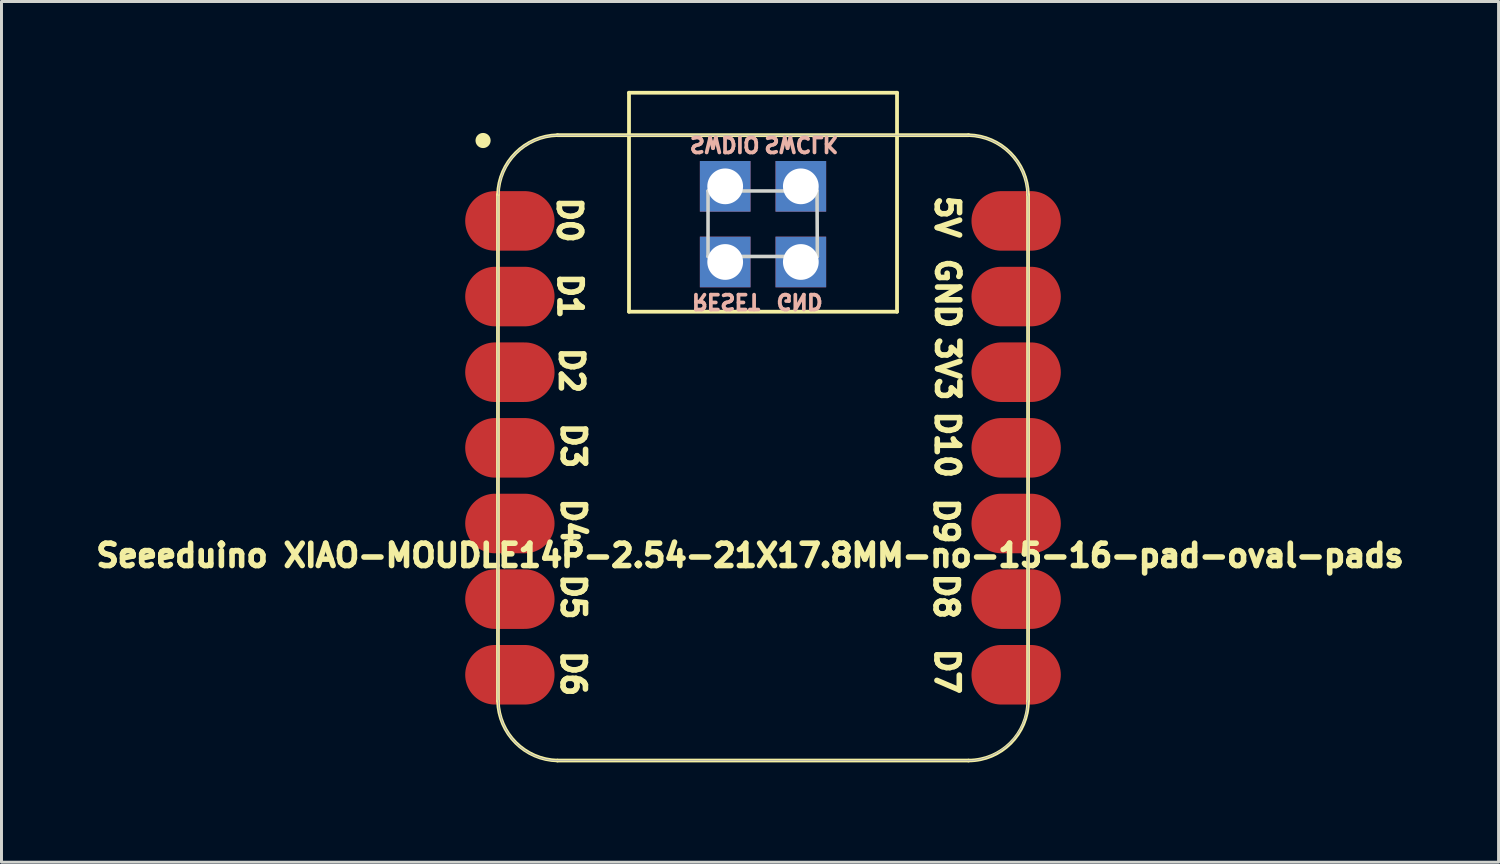
<source format=kicad_pcb>
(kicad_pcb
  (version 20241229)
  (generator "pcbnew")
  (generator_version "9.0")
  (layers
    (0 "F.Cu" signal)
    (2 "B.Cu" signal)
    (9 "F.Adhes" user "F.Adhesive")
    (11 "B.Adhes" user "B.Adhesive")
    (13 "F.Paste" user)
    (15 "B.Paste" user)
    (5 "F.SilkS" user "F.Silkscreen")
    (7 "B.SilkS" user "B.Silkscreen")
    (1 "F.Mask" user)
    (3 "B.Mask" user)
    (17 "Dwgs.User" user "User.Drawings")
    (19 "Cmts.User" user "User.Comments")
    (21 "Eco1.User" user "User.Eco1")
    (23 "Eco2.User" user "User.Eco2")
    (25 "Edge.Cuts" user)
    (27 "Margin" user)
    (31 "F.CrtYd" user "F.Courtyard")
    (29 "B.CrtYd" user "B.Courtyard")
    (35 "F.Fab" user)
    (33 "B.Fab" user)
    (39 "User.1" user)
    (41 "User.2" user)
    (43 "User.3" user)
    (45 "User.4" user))
  (footprint "Seeeduino XIAO-MOUDLE14P-2.54-21X17.8MM-no-15-16-pad-oval-pads"
    (layer "F.Cu")
    (at 13.485 22.652)
    (property "Reference" "Seeeduino XIAO-MOUDLE14P-2.54-21X17.8MM-no-15-16-pad-oval-pads" (at 8.65 -7.05 0) (layer "F.SilkS") (effects (font (size 0.75 0.75) (thickness 0.188))))
    (attr smd)
    (fp_line (start 0.186 -19.164) (end 0.186 -2.164) (stroke (width 0.127) (type solid)) (layer "F.SilkS"))
    (fp_line (start 2.186 -0.164) (end 15.986 -0.164) (stroke (width 0.127) (type solid)) (layer "F.SilkS"))
    (fp_line (start 4.586 -22.588) (end 13.586 -22.588) (stroke (width 0.127) (type solid)) (layer "F.SilkS"))
    (fp_line (start 4.586 -15.235) (end 4.586 -22.588) (stroke (width 0.127) (type solid)) (layer "F.SilkS"))
    (fp_line (start 13.586 -22.588) (end 13.586 -15.235) (stroke (width 0.127) (type solid)) (layer "F.SilkS"))
    (fp_line (start 13.586 -15.235) (end 4.586 -15.235) (stroke (width 0.127) (type solid)) (layer "F.SilkS"))
    (fp_line (start 15.986 -21.163) (end 2.186 -21.163) (stroke (width 0.127) (type solid)) (layer "F.SilkS"))
    (fp_line (start 17.986 -2.164) (end 17.986 -19.164) (stroke (width 0.127) (type solid)) (layer "F.SilkS"))
    (fp_arc (start 0.185786 -19.164214) (mid 0.784295 -20.565705) (end 2.185786 -21.164214) (stroke (width 0.12) (type solid)) (layer "F.SilkS"))
    (fp_arc (start 2.185786 -0.164214) (mid 0.784363 -0.762791) (end 0.185786 -2.164214) (stroke (width 0.12) (type solid)) (layer "F.SilkS"))
    (fp_arc (start 15.985786 -21.164214) (mid 17.38727 -20.565698) (end 17.985786 -19.164214) (stroke (width 0.12) (type solid)) (layer "F.SilkS"))
    (fp_arc (start 17.985786 -2.164214) (mid 17.400004 -0.749996) (end 15.985786 -0.164214) (stroke (width 0.12) (type solid)) (layer "F.SilkS"))
    (fp_circle (center -0.314 -20.984) (end -0.314 -21.238) (stroke (width 0) (type solid)) (fill yes) (layer "F.SilkS"))
    (fp_poly (pts (xy 0.198 -19.226) (xy 0.201 -19.275) (xy 0.205 -19.324)) (stroke (width 0.025) (type solid)) (fill no) (layer "F.SilkS"))
    (fp_poly (pts (xy 17.975 -2.143) (xy 17.973 -2.093) (xy 17.97 -2.045) (xy 17.966 -1.996) (xy 17.961 -1.947) (xy 17.954 -1.898) (xy 17.947 -1.85) (xy 17.938 -1.801) (xy 17.928 -1.753)) (stroke (width 0.025) (type solid)) (fill no) (layer "F.SilkS"))
    (fp_line (start 7.24 -17.09) (end 7.24 -19.29) (stroke (width 0.12) (type default)) (layer "Edge.Cuts"))
    (fp_line (start 7.24 -17.09) (end 10.91 -17.09) (stroke (width 0.12) (type default)) (layer "Edge.Cuts"))
    (fp_line (start 10.9 -19.29) (end 7.24 -19.29) (stroke (width 0.12) (type default)) (layer "Edge.Cuts"))
    (fp_line (start 10.91 -17.09) (end 10.9 -19.29) (stroke (width 0.12) (type default)) (layer "Edge.Cuts"))
    (fp_line (start 0.186 -19.128) (end 0.186 -2.192) (stroke (width 0.025) (type solid)) (layer "F.Fab"))
    (fp_line (start 0.196 -2.192) (end 0.196 -2.143) (stroke (width 0.025) (type solid)) (layer "F.Fab"))
    (fp_line (start 0.196 -2.143) (end 0.198 -2.093) (stroke (width 0.025) (type solid)) (layer "F.Fab"))
    (fp_line (start 0.198 -19.226) (end 0.196 -19.177) (stroke (width 0.025) (type solid)) (layer "F.Fab"))
    (fp_line (start 0.198 -2.093) (end 0.201 -2.045) (stroke (width 0.025) (type solid)) (layer "F.Fab"))
    (fp_line (start 0.201 -19.275) (end 0.198 -19.226) (stroke (width 0.025) (type solid)) (layer "F.Fab"))
    (fp_line (start 0.201 -2.045) (end 0.205 -1.996) (stroke (width 0.025) (type solid)) (layer "F.Fab"))
    (fp_line (start 0.205 -19.324) (end 0.201 -19.275) (stroke (width 0.025) (type solid)) (layer "F.Fab"))
    (fp_line (start 0.205 -1.996) (end 0.211 -1.947) (stroke (width 0.025) (type solid)) (layer "F.Fab"))
    (fp_line (start 0.211 -19.372) (end 0.205 -19.324) (stroke (width 0.025) (type solid)) (layer "F.Fab"))
    (fp_line (start 0.211 -1.947) (end 0.217 -1.898) (stroke (width 0.025) (type solid)) (layer "F.Fab"))
    (fp_line (start 0.217 -19.421) (end 0.211 -19.372) (stroke (width 0.025) (type solid)) (layer "F.Fab"))
    (fp_line (start 0.217 -1.898) (end 0.225 -1.85) (stroke (width 0.025) (type solid)) (layer "F.Fab"))
    (fp_line (start 0.225 -19.47) (end 0.217 -19.421) (stroke (width 0.025) (type solid)) (layer "F.Fab"))
    (fp_line (start 0.225 -1.85) (end 0.234 -1.801) (stroke (width 0.025) (type solid)) (layer "F.Fab"))
    (fp_line (start 0.234 -19.518) (end 0.225 -19.47) (stroke (width 0.025) (type solid)) (layer "F.Fab"))
    (fp_line (start 0.234 -1.801) (end 0.244 -1.753) (stroke (width 0.025) (type solid)) (layer "F.Fab"))
    (fp_line (start 0.244 -19.566) (end 0.234 -19.518) (stroke (width 0.025) (type solid)) (layer "F.Fab"))
    (fp_line (start 0.244 -1.753) (end 0.255 -1.705) (stroke (width 0.025) (type solid)) (layer "F.Fab"))
    (fp_line (start 0.255 -19.614) (end 0.244 -19.566) (stroke (width 0.025) (type solid)) (layer "F.Fab"))
    (fp_line (start 0.255 -1.705) (end 0.267 -1.658) (stroke (width 0.025) (type solid)) (layer "F.Fab"))
    (fp_line (start 0.267 -19.662) (end 0.255 -19.614) (stroke (width 0.025) (type solid)) (layer "F.Fab"))
    (fp_line (start 0.267 -1.658) (end 0.281 -1.611) (stroke (width 0.025) (type solid)) (layer "F.Fab"))
    (fp_line (start 0.281 -19.709) (end 0.267 -19.662) (stroke (width 0.025) (type solid)) (layer "F.Fab"))
    (fp_line (start 0.281 -1.611) (end 0.295 -1.564) (stroke (width 0.025) (type solid)) (layer "F.Fab"))
    (fp_line (start 0.295 -19.756) (end 0.281 -19.709) (stroke (width 0.025) (type solid)) (layer "F.Fab"))
    (fp_line (start 0.295 -1.564) (end 0.311 -1.517) (stroke (width 0.025) (type solid)) (layer "F.Fab"))
    (fp_line (start 0.311 -19.802) (end 0.295 -19.756) (stroke (width 0.025) (type solid)) (layer "F.Fab"))
    (fp_line (start 0.311 -1.517) (end 0.328 -1.471) (stroke (width 0.025) (type solid)) (layer "F.Fab"))
    (fp_line (start 0.328 -19.848) (end 0.311 -19.802) (stroke (width 0.025) (type solid)) (layer "F.Fab"))
    (fp_line (start 0.328 -1.471) (end 0.346 -1.425) (stroke (width 0.025) (type solid)) (layer "F.Fab"))
    (fp_line (start 0.346 -19.894) (end 0.328 -19.848) (stroke (width 0.025) (type solid)) (layer "F.Fab"))
    (fp_line (start 0.346 -1.425) (end 0.365 -1.38) (stroke (width 0.025) (type solid)) (layer "F.Fab"))
    (fp_line (start 0.365 -19.939) (end 0.346 -19.894) (stroke (width 0.025) (type solid)) (layer "F.Fab"))
    (fp_line (start 0.365 -1.38) (end 0.385 -1.335) (stroke (width 0.025) (type solid)) (layer "F.Fab"))
    (fp_line (start 0.385 -19.984) (end 0.365 -19.939) (stroke (width 0.025) (type solid)) (layer "F.Fab"))
    (fp_line (start 0.385 -1.335) (end 0.406 -1.291) (stroke (width 0.025) (type solid)) (layer "F.Fab"))
    (fp_line (start 0.406 -20.028) (end 0.385 -19.984) (stroke (width 0.025) (type solid)) (layer "F.Fab"))
    (fp_line (start 0.406 -1.291) (end 0.428 -1.247) (stroke (width 0.025) (type solid)) (layer "F.Fab"))
    (fp_line (start 0.428 -20.072) (end 0.406 -20.028) (stroke (width 0.025) (type solid)) (layer "F.Fab"))
    (fp_line (start 0.428 -1.247) (end 0.452 -1.204) (stroke (width 0.025) (type solid)) (layer "F.Fab"))
    (fp_line (start 0.452 -20.115) (end 0.428 -20.072) (stroke (width 0.025) (type solid)) (layer "F.Fab"))
    (fp_line (start 0.452 -1.204) (end 0.476 -1.161) (stroke (width 0.025) (type solid)) (layer "F.Fab"))
    (fp_line (start 0.476 -20.158) (end 0.452 -20.115) (stroke (width 0.025) (type solid)) (layer "F.Fab"))
    (fp_line (start 0.476 -1.161) (end 0.502 -1.12) (stroke (width 0.025) (type solid)) (layer "F.Fab"))
    (fp_line (start 0.502 -20.2) (end 0.476 -20.158) (stroke (width 0.025) (type solid)) (layer "F.Fab"))
    (fp_line (start 0.502 -1.12) (end 0.528 -1.078) (stroke (width 0.025) (type solid)) (layer "F.Fab"))
    (fp_line (start 0.528 -20.241) (end 0.502 -20.2) (stroke (width 0.025) (type solid)) (layer "F.Fab"))
    (fp_line (start 0.528 -1.078) (end 0.555 -1.037) (stroke (width 0.025) (type solid)) (layer "F.Fab"))
    (fp_line (start 0.555 -20.282) (end 0.528 -20.241) (stroke (width 0.025) (type solid)) (layer "F.Fab"))
    (fp_line (start 0.555 -1.037) (end 0.584 -0.997) (stroke (width 0.025) (type solid)) (layer "F.Fab"))
    (fp_line (start 0.584 -20.322) (end 0.555 -20.282) (stroke (width 0.025) (type solid)) (layer "F.Fab"))
    (fp_line (start 0.584 -0.997) (end 0.613 -0.958) (stroke (width 0.025) (type solid)) (layer "F.Fab"))
    (fp_line (start 0.613 -20.361) (end 0.584 -20.322) (stroke (width 0.025) (type solid)) (layer "F.Fab"))
    (fp_line (start 0.613 -0.958) (end 0.644 -0.919) (stroke (width 0.025) (type solid)) (layer "F.Fab"))
    (fp_line (start 0.644 -20.4) (end 0.613 -20.361) (stroke (width 0.025) (type solid)) (layer "F.Fab"))
    (fp_line (start 0.644 -0.919) (end 0.675 -0.881) (stroke (width 0.025) (type solid)) (layer "F.Fab"))
    (fp_line (start 0.675 -20.438) (end 0.644 -20.4) (stroke (width 0.025) (type solid)) (layer "F.Fab"))
    (fp_line (start 0.675 -0.881) (end 0.707 -0.844) (stroke (width 0.025) (type solid)) (layer "F.Fab"))
    (fp_line (start 0.707 -20.475) (end 0.675 -20.438) (stroke (width 0.025) (type solid)) (layer "F.Fab"))
    (fp_line (start 0.707 -0.844) (end 0.74 -0.808) (stroke (width 0.025) (type solid)) (layer "F.Fab"))
    (fp_line (start 0.74 -20.511) (end 0.707 -20.475) (stroke (width 0.025) (type solid)) (layer "F.Fab"))
    (fp_line (start 0.74 -0.808) (end 0.774 -0.772) (stroke (width 0.025) (type solid)) (layer "F.Fab"))
    (fp_line (start 0.774 -20.547) (end 0.74 -20.511) (stroke (width 0.025) (type solid)) (layer "F.Fab"))
    (fp_line (start 0.774 -0.772) (end 0.808 -0.738) (stroke (width 0.025) (type solid)) (layer "F.Fab"))
    (fp_line (start 0.808 -20.582) (end 0.774 -20.547) (stroke (width 0.025) (type solid)) (layer "F.Fab"))
    (fp_line (start 0.808 -0.738) (end 0.844 -0.704) (stroke (width 0.025) (type solid)) (layer "F.Fab"))
    (fp_line (start 0.844 -20.616) (end 0.808 -20.582) (stroke (width 0.025) (type solid)) (layer "F.Fab"))
    (fp_line (start 0.844 -0.704) (end 0.88 -0.671) (stroke (width 0.025) (type solid)) (layer "F.Fab"))
    (fp_line (start 0.88 -20.649) (end 0.844 -20.616) (stroke (width 0.025) (type solid)) (layer "F.Fab"))
    (fp_line (start 0.88 -0.671) (end 0.917 -0.638) (stroke (width 0.025) (type solid)) (layer "F.Fab"))
    (fp_line (start 0.917 -20.681) (end 0.88 -20.649) (stroke (width 0.025) (type solid)) (layer "F.Fab"))
    (fp_line (start 0.917 -0.638) (end 0.955 -0.607) (stroke (width 0.025) (type solid)) (layer "F.Fab"))
    (fp_line (start 0.955 -20.712) (end 0.917 -20.681) (stroke (width 0.025) (type solid)) (layer "F.Fab"))
    (fp_line (start 0.955 -0.607) (end 0.994 -0.577) (stroke (width 0.025) (type solid)) (layer "F.Fab"))
    (fp_line (start 0.994 -20.742) (end 0.955 -20.712) (stroke (width 0.025) (type solid)) (layer "F.Fab"))
    (fp_line (start 0.994 -0.577) (end 1.033 -0.548) (stroke (width 0.025) (type solid)) (layer "F.Fab"))
    (fp_line (start 1.033 -20.772) (end 0.994 -20.742) (stroke (width 0.025) (type solid)) (layer "F.Fab"))
    (fp_line (start 1.033 -0.548) (end 1.073 -0.519) (stroke (width 0.025) (type solid)) (layer "F.Fab"))
    (fp_line (start 1.073 -20.8) (end 1.033 -20.772) (stroke (width 0.025) (type solid)) (layer "F.Fab"))
    (fp_line (start 1.073 -0.519) (end 1.114 -0.492) (stroke (width 0.025) (type solid)) (layer "F.Fab"))
    (fp_line (start 1.114 -20.827) (end 1.073 -20.8) (stroke (width 0.025) (type solid)) (layer "F.Fab"))
    (fp_line (start 1.114 -0.492) (end 1.156 -0.465) (stroke (width 0.025) (type solid)) (layer "F.Fab"))
    (fp_line (start 1.156 -20.854) (end 1.114 -20.827) (stroke (width 0.025) (type solid)) (layer "F.Fab"))
    (fp_line (start 1.156 -0.465) (end 1.198 -0.44) (stroke (width 0.025) (type solid)) (layer "F.Fab"))
    (fp_line (start 1.198 -20.879) (end 1.156 -20.854) (stroke (width 0.025) (type solid)) (layer "F.Fab"))
    (fp_line (start 1.198 -0.44) (end 1.24 -0.416) (stroke (width 0.025) (type solid)) (layer "F.Fab"))
    (fp_line (start 1.24 -20.904) (end 1.198 -20.879) (stroke (width 0.025) (type solid)) (layer "F.Fab"))
    (fp_line (start 1.24 -0.416) (end 1.283 -0.392) (stroke (width 0.025) (type solid)) (layer "F.Fab"))
    (fp_line (start 1.283 -20.927) (end 1.24 -20.904) (stroke (width 0.025) (type solid)) (layer "F.Fab"))
    (fp_line (start 1.283 -0.392) (end 1.327 -0.37) (stroke (width 0.025) (type solid)) (layer "F.Fab"))
    (fp_line (start 1.327 -20.949) (end 1.283 -20.927) (stroke (width 0.025) (type solid)) (layer "F.Fab"))
    (fp_line (start 1.327 -0.37) (end 1.372 -0.349) (stroke (width 0.025) (type solid)) (layer "F.Fab"))
    (fp_line (start 1.372 -20.97) (end 1.327 -20.949) (stroke (width 0.025) (type solid)) (layer "F.Fab"))
    (fp_line (start 1.372 -0.349) (end 1.416 -0.329) (stroke (width 0.025) (type solid)) (layer "F.Fab"))
    (fp_line (start 1.416 -20.99) (end 1.372 -20.97) (stroke (width 0.025) (type solid)) (layer "F.Fab"))
    (fp_line (start 1.416 -0.329) (end 1.461 -0.31) (stroke (width 0.025) (type solid)) (layer "F.Fab"))
    (fp_line (start 1.461 -21.01) (end 1.416 -20.99) (stroke (width 0.025) (type solid)) (layer "F.Fab"))
    (fp_line (start 1.461 -0.31) (end 1.507 -0.292) (stroke (width 0.025) (type solid)) (layer "F.Fab"))
    (fp_line (start 1.507 -21.028) (end 1.461 -21.01) (stroke (width 0.025) (type solid)) (layer "F.Fab"))
    (fp_line (start 1.507 -0.292) (end 1.553 -0.275) (stroke (width 0.025) (type solid)) (layer "F.Fab"))
    (fp_line (start 1.553 -21.044) (end 1.507 -21.028) (stroke (width 0.025) (type solid)) (layer "F.Fab"))
    (fp_line (start 1.553 -0.275) (end 1.6 -0.259) (stroke (width 0.025) (type solid)) (layer "F.Fab"))
    (fp_line (start 1.6 -21.06) (end 1.553 -21.044) (stroke (width 0.025) (type solid)) (layer "F.Fab"))
    (fp_line (start 1.6 -0.259) (end 1.647 -0.244) (stroke (width 0.025) (type solid)) (layer "F.Fab"))
    (fp_line (start 1.647 -21.075) (end 1.6 -21.06) (stroke (width 0.025) (type solid)) (layer "F.Fab"))
    (fp_line (start 1.647 -0.244) (end 1.694 -0.231) (stroke (width 0.025) (type solid)) (layer "F.Fab"))
    (fp_line (start 1.694 -21.088) (end 1.647 -21.075) (stroke (width 0.025) (type solid)) (layer "F.Fab"))
    (fp_line (start 1.694 -0.231) (end 1.741 -0.219) (stroke (width 0.025) (type solid)) (layer "F.Fab"))
    (fp_line (start 1.741 -21.101) (end 1.694 -21.088) (stroke (width 0.025) (type solid)) (layer "F.Fab"))
    (fp_line (start 1.741 -0.219) (end 1.789 -0.207) (stroke (width 0.025) (type solid)) (layer "F.Fab"))
    (fp_line (start 1.789 -21.112) (end 1.741 -21.101) (stroke (width 0.025) (type solid)) (layer "F.Fab"))
    (fp_line (start 1.789 -0.207) (end 1.837 -0.198) (stroke (width 0.025) (type solid)) (layer "F.Fab"))
    (fp_line (start 1.837 -21.122) (end 1.789 -21.112) (stroke (width 0.025) (type solid)) (layer "F.Fab"))
    (fp_line (start 1.837 -0.198) (end 1.886 -0.189) (stroke (width 0.025) (type solid)) (layer "F.Fab"))
    (fp_line (start 1.886 -21.131) (end 1.837 -21.122) (stroke (width 0.025) (type solid)) (layer "F.Fab"))
    (fp_line (start 1.886 -0.189) (end 1.934 -0.181) (stroke (width 0.025) (type solid)) (layer "F.Fab"))
    (fp_line (start 1.934 -21.138) (end 1.886 -21.131) (stroke (width 0.025) (type solid)) (layer "F.Fab"))
    (fp_line (start 1.934 -0.181) (end 1.983 -0.174) (stroke (width 0.025) (type solid)) (layer "F.Fab"))
    (fp_line (start 1.983 -21.145) (end 1.934 -21.138) (stroke (width 0.025) (type solid)) (layer "F.Fab"))
    (fp_line (start 1.983 -0.174) (end 2.032 -0.169) (stroke (width 0.025) (type solid)) (layer "F.Fab"))
    (fp_line (start 2.032 -21.15) (end 1.983 -21.145) (stroke (width 0.025) (type solid)) (layer "F.Fab"))
    (fp_line (start 2.032 -0.169) (end 2.081 -0.165) (stroke (width 0.025) (type solid)) (layer "F.Fab"))
    (fp_line (start 2.081 -21.154) (end 2.032 -21.15) (stroke (width 0.025) (type solid)) (layer "F.Fab"))
    (fp_line (start 2.081 -0.165) (end 2.129 -0.162) (stroke (width 0.025) (type solid)) (layer "F.Fab"))
    (fp_line (start 2.129 -21.157) (end 2.081 -21.154) (stroke (width 0.025) (type solid)) (layer "F.Fab"))
    (fp_line (start 2.129 -0.162) (end 2.179 -0.16) (stroke (width 0.025) (type solid)) (layer "F.Fab"))
    (fp_line (start 2.179 -21.159) (end 2.129 -21.157) (stroke (width 0.025) (type solid)) (layer "F.Fab"))
    (fp_line (start 2.179 -0.16) (end 2.228 -0.16) (stroke (width 0.025) (type solid)) (layer "F.Fab"))
    (fp_line (start 2.228 -21.16) (end 2.179 -21.159) (stroke (width 0.025) (type solid)) (layer "F.Fab"))
    (fp_line (start 2.228 -0.16) (end 15.944 -0.16) (stroke (width 0.025) (type solid)) (layer "F.Fab"))
    (fp_line (start 15.944 -21.16) (end 2.228 -21.16) (stroke (width 0.025) (type solid)) (layer "F.Fab"))
    (fp_line (start 15.944 -0.16) (end 15.993 -0.16) (stroke (width 0.025) (type solid)) (layer "F.Fab"))
    (fp_line (start 15.993 -21.159) (end 15.944 -21.16) (stroke (width 0.025) (type solid)) (layer "F.Fab"))
    (fp_line (start 15.993 -0.16) (end 16.042 -0.162) (stroke (width 0.025) (type solid)) (layer "F.Fab"))
    (fp_line (start 16.042 -21.157) (end 15.993 -21.159) (stroke (width 0.025) (type solid)) (layer "F.Fab"))
    (fp_line (start 16.042 -0.162) (end 16.091 -0.165) (stroke (width 0.025) (type solid)) (layer "F.Fab"))
    (fp_line (start 16.091 -21.154) (end 16.042 -21.157) (stroke (width 0.025) (type solid)) (layer "F.Fab"))
    (fp_line (start 16.091 -0.165) (end 16.14 -0.169) (stroke (width 0.025) (type solid)) (layer "F.Fab"))
    (fp_line (start 16.14 -21.15) (end 16.091 -21.154) (stroke (width 0.025) (type solid)) (layer "F.Fab"))
    (fp_line (start 16.14 -0.169) (end 16.189 -0.174) (stroke (width 0.025) (type solid)) (layer "F.Fab"))
    (fp_line (start 16.189 -21.145) (end 16.14 -21.15) (stroke (width 0.025) (type solid)) (layer "F.Fab"))
    (fp_line (start 16.189 -0.174) (end 16.237 -0.181) (stroke (width 0.025) (type solid)) (layer "F.Fab"))
    (fp_line (start 16.237 -21.138) (end 16.189 -21.145) (stroke (width 0.025) (type solid)) (layer "F.Fab"))
    (fp_line (start 16.237 -0.181) (end 16.286 -0.189) (stroke (width 0.025) (type solid)) (layer "F.Fab"))
    (fp_line (start 16.286 -21.131) (end 16.237 -21.138) (stroke (width 0.025) (type solid)) (layer "F.Fab"))
    (fp_line (start 16.286 -0.189) (end 16.334 -0.198) (stroke (width 0.025) (type solid)) (layer "F.Fab"))
    (fp_line (start 16.334 -21.122) (end 16.286 -21.131) (stroke (width 0.025) (type solid)) (layer "F.Fab"))
    (fp_line (start 16.334 -0.198) (end 16.382 -0.207) (stroke (width 0.025) (type solid)) (layer "F.Fab"))
    (fp_line (start 16.382 -21.112) (end 16.334 -21.122) (stroke (width 0.025) (type solid)) (layer "F.Fab"))
    (fp_line (start 16.382 -0.207) (end 16.43 -0.219) (stroke (width 0.025) (type solid)) (layer "F.Fab"))
    (fp_line (start 16.43 -21.101) (end 16.382 -21.112) (stroke (width 0.025) (type solid)) (layer "F.Fab"))
    (fp_line (start 16.43 -0.219) (end 16.478 -0.231) (stroke (width 0.025) (type solid)) (layer "F.Fab"))
    (fp_line (start 16.478 -21.088) (end 16.43 -21.101) (stroke (width 0.025) (type solid)) (layer "F.Fab"))
    (fp_line (start 16.478 -0.231) (end 16.525 -0.244) (stroke (width 0.025) (type solid)) (layer "F.Fab"))
    (fp_line (start 16.525 -21.075) (end 16.478 -21.088) (stroke (width 0.025) (type solid)) (layer "F.Fab"))
    (fp_line (start 16.525 -0.244) (end 16.572 -0.259) (stroke (width 0.025) (type solid)) (layer "F.Fab"))
    (fp_line (start 16.572 -21.06) (end 16.525 -21.075) (stroke (width 0.025) (type solid)) (layer "F.Fab"))
    (fp_line (start 16.572 -0.259) (end 16.618 -0.275) (stroke (width 0.025) (type solid)) (layer "F.Fab"))
    (fp_line (start 16.618 -21.044) (end 16.572 -21.06) (stroke (width 0.025) (type solid)) (layer "F.Fab"))
    (fp_line (start 16.618 -0.275) (end 16.664 -0.292) (stroke (width 0.025) (type solid)) (layer "F.Fab"))
    (fp_line (start 16.664 -21.028) (end 16.618 -21.044) (stroke (width 0.025) (type solid)) (layer "F.Fab"))
    (fp_line (start 16.664 -0.292) (end 16.71 -0.31) (stroke (width 0.025) (type solid)) (layer "F.Fab"))
    (fp_line (start 16.71 -21.01) (end 16.664 -21.028) (stroke (width 0.025) (type solid)) (layer "F.Fab"))
    (fp_line (start 16.71 -0.31) (end 16.755 -0.329) (stroke (width 0.025) (type solid)) (layer "F.Fab"))
    (fp_line (start 16.755 -20.99) (end 16.71 -21.01) (stroke (width 0.025) (type solid)) (layer "F.Fab"))
    (fp_line (start 16.755 -0.329) (end 16.8 -0.349) (stroke (width 0.025) (type solid)) (layer "F.Fab"))
    (fp_line (start 16.8 -20.97) (end 16.755 -20.99) (stroke (width 0.025) (type solid)) (layer "F.Fab"))
    (fp_line (start 16.8 -0.349) (end 16.844 -0.37) (stroke (width 0.025) (type solid)) (layer "F.Fab"))
    (fp_line (start 16.844 -20.949) (end 16.8 -20.97) (stroke (width 0.025) (type solid)) (layer "F.Fab"))
    (fp_line (start 16.844 -0.37) (end 16.888 -0.392) (stroke (width 0.025) (type solid)) (layer "F.Fab"))
    (fp_line (start 16.888 -20.927) (end 16.844 -20.949) (stroke (width 0.025) (type solid)) (layer "F.Fab"))
    (fp_line (start 16.888 -0.392) (end 16.931 -0.416) (stroke (width 0.025) (type solid)) (layer "F.Fab"))
    (fp_line (start 16.931 -20.904) (end 16.888 -20.927) (stroke (width 0.025) (type solid)) (layer "F.Fab"))
    (fp_line (start 16.931 -0.416) (end 16.974 -0.44) (stroke (width 0.025) (type solid)) (layer "F.Fab"))
    (fp_line (start 16.974 -20.879) (end 16.931 -20.904) (stroke (width 0.025) (type solid)) (layer "F.Fab"))
    (fp_line (start 16.974 -0.44) (end 17.016 -0.465) (stroke (width 0.025) (type solid)) (layer "F.Fab"))
    (fp_line (start 17.016 -20.854) (end 16.974 -20.879) (stroke (width 0.025) (type solid)) (layer "F.Fab"))
    (fp_line (start 17.016 -0.465) (end 17.057 -0.492) (stroke (width 0.025) (type solid)) (layer "F.Fab"))
    (fp_line (start 17.057 -20.827) (end 17.016 -20.854) (stroke (width 0.025) (type solid)) (layer "F.Fab"))
    (fp_line (start 17.057 -0.492) (end 17.098 -0.519) (stroke (width 0.025) (type solid)) (layer "F.Fab"))
    (fp_line (start 17.098 -20.8) (end 17.057 -20.827) (stroke (width 0.025) (type solid)) (layer "F.Fab"))
    (fp_line (start 17.098 -0.519) (end 17.138 -0.548) (stroke (width 0.025) (type solid)) (layer "F.Fab"))
    (fp_line (start 17.138 -20.772) (end 17.098 -20.8) (stroke (width 0.025) (type solid)) (layer "F.Fab"))
    (fp_line (start 17.138 -0.548) (end 17.177 -0.577) (stroke (width 0.025) (type solid)) (layer "F.Fab"))
    (fp_line (start 17.177 -20.742) (end 17.138 -20.772) (stroke (width 0.025) (type solid)) (layer "F.Fab"))
    (fp_line (start 17.177 -0.577) (end 17.216 -0.607) (stroke (width 0.025) (type solid)) (layer "F.Fab"))
    (fp_line (start 17.216 -20.712) (end 17.177 -20.742) (stroke (width 0.025) (type solid)) (layer "F.Fab"))
    (fp_line (start 17.216 -0.607) (end 17.254 -0.638) (stroke (width 0.025) (type solid)) (layer "F.Fab"))
    (fp_line (start 17.254 -20.681) (end 17.216 -20.712) (stroke (width 0.025) (type solid)) (layer "F.Fab"))
    (fp_line (start 17.254 -0.638) (end 17.291 -0.671) (stroke (width 0.025) (type solid)) (layer "F.Fab"))
    (fp_line (start 17.291 -20.649) (end 17.254 -20.681) (stroke (width 0.025) (type solid)) (layer "F.Fab"))
    (fp_line (start 17.291 -0.671) (end 17.328 -0.704) (stroke (width 0.025) (type solid)) (layer "F.Fab"))
    (fp_line (start 17.328 -20.616) (end 17.291 -20.649) (stroke (width 0.025) (type solid)) (layer "F.Fab"))
    (fp_line (start 17.328 -0.704) (end 17.363 -0.738) (stroke (width 0.025) (type solid)) (layer "F.Fab"))
    (fp_line (start 17.363 -20.582) (end 17.328 -20.616) (stroke (width 0.025) (type solid)) (layer "F.Fab"))
    (fp_line (start 17.363 -0.738) (end 17.398 -0.772) (stroke (width 0.025) (type solid)) (layer "F.Fab"))
    (fp_line (start 17.398 -20.547) (end 17.363 -20.582) (stroke (width 0.025) (type solid)) (layer "F.Fab"))
    (fp_line (start 17.398 -0.772) (end 17.432 -0.808) (stroke (width 0.025) (type solid)) (layer "F.Fab"))
    (fp_line (start 17.432 -20.511) (end 17.398 -20.547) (stroke (width 0.025) (type solid)) (layer "F.Fab"))
    (fp_line (start 17.432 -0.808) (end 17.465 -0.844) (stroke (width 0.025) (type solid)) (layer "F.Fab"))
    (fp_line (start 17.465 -20.475) (end 17.432 -20.511) (stroke (width 0.025) (type solid)) (layer "F.Fab"))
    (fp_line (start 17.465 -0.844) (end 17.497 -0.881) (stroke (width 0.025) (type solid)) (layer "F.Fab"))
    (fp_line (start 17.497 -20.438) (end 17.465 -20.475) (stroke (width 0.025) (type solid)) (layer "F.Fab"))
    (fp_line (start 17.497 -0.881) (end 17.528 -0.919) (stroke (width 0.025) (type solid)) (layer "F.Fab"))
    (fp_line (start 17.528 -20.4) (end 17.497 -20.438) (stroke (width 0.025) (type solid)) (layer "F.Fab"))
    (fp_line (start 17.528 -0.919) (end 17.558 -0.958) (stroke (width 0.025) (type solid)) (layer "F.Fab"))
    (fp_line (start 17.558 -20.361) (end 17.528 -20.4) (stroke (width 0.025) (type solid)) (layer "F.Fab"))
    (fp_line (start 17.558 -0.958) (end 17.588 -0.997) (stroke (width 0.025) (type solid)) (layer "F.Fab"))
    (fp_line (start 17.588 -20.322) (end 17.558 -20.361) (stroke (width 0.025) (type solid)) (layer "F.Fab"))
    (fp_line (start 17.588 -0.997) (end 17.616 -1.037) (stroke (width 0.025) (type solid)) (layer "F.Fab"))
    (fp_line (start 17.616 -20.282) (end 17.588 -20.322) (stroke (width 0.025) (type solid)) (layer "F.Fab"))
    (fp_line (start 17.616 -1.037) (end 17.644 -1.078) (stroke (width 0.025) (type solid)) (layer "F.Fab"))
    (fp_line (start 17.644 -20.241) (end 17.616 -20.282) (stroke (width 0.025) (type solid)) (layer "F.Fab"))
    (fp_line (start 17.644 -1.078) (end 17.67 -1.12) (stroke (width 0.025) (type solid)) (layer "F.Fab"))
    (fp_line (start 17.67 -20.2) (end 17.644 -20.241) (stroke (width 0.025) (type solid)) (layer "F.Fab"))
    (fp_line (start 17.67 -1.12) (end 17.695 -1.161) (stroke (width 0.025) (type solid)) (layer "F.Fab"))
    (fp_line (start 17.695 -20.158) (end 17.67 -20.2) (stroke (width 0.025) (type solid)) (layer "F.Fab"))
    (fp_line (start 17.695 -1.161) (end 17.72 -1.204) (stroke (width 0.025) (type solid)) (layer "F.Fab"))
    (fp_line (start 17.72 -20.115) (end 17.695 -20.158) (stroke (width 0.025) (type solid)) (layer "F.Fab"))
    (fp_line (start 17.72 -1.204) (end 17.743 -1.247) (stroke (width 0.025) (type solid)) (layer "F.Fab"))
    (fp_line (start 17.743 -20.072) (end 17.72 -20.115) (stroke (width 0.025) (type solid)) (layer "F.Fab"))
    (fp_line (start 17.743 -1.247) (end 17.765 -1.291) (stroke (width 0.025) (type solid)) (layer "F.Fab"))
    (fp_line (start 17.765 -20.028) (end 17.743 -20.072) (stroke (width 0.025) (type solid)) (layer "F.Fab"))
    (fp_line (start 17.765 -1.291) (end 17.787 -1.335) (stroke (width 0.025) (type solid)) (layer "F.Fab"))
    (fp_line (start 17.787 -19.984) (end 17.765 -20.028) (stroke (width 0.025) (type solid)) (layer "F.Fab"))
    (fp_line (start 17.787 -1.335) (end 17.807 -1.38) (stroke (width 0.025) (type solid)) (layer "F.Fab"))
    (fp_line (start 17.807 -19.939) (end 17.787 -19.984) (stroke (width 0.025) (type solid)) (layer "F.Fab"))
    (fp_line (start 17.807 -1.38) (end 17.826 -1.425) (stroke (width 0.025) (type solid)) (layer "F.Fab"))
    (fp_line (start 17.826 -19.894) (end 17.807 -19.939) (stroke (width 0.025) (type solid)) (layer "F.Fab"))
    (fp_line (start 17.826 -1.425) (end 17.844 -1.471) (stroke (width 0.025) (type solid)) (layer "F.Fab"))
    (fp_line (start 17.844 -19.848) (end 17.826 -19.894) (stroke (width 0.025) (type solid)) (layer "F.Fab"))
    (fp_line (start 17.844 -1.471) (end 17.86 -1.517) (stroke (width 0.025) (type solid)) (layer "F.Fab"))
    (fp_line (start 17.86 -19.802) (end 17.844 -19.848) (stroke (width 0.025) (type solid)) (layer "F.Fab"))
    (fp_line (start 17.86 -1.517) (end 17.876 -1.564) (stroke (width 0.025) (type solid)) (layer "F.Fab"))
    (fp_line (start 17.876 -19.756) (end 17.86 -19.802) (stroke (width 0.025) (type solid)) (layer "F.Fab"))
    (fp_line (start 17.876 -1.564) (end 17.891 -1.611) (stroke (width 0.025) (type solid)) (layer "F.Fab"))
    (fp_line (start 17.891 -19.709) (end 17.876 -19.756) (stroke (width 0.025) (type solid)) (layer "F.Fab"))
    (fp_line (start 17.891 -1.611) (end 17.904 -1.658) (stroke (width 0.025) (type solid)) (layer "F.Fab"))
    (fp_line (start 17.904 -19.662) (end 17.891 -19.709) (stroke (width 0.025) (type solid)) (layer "F.Fab"))
    (fp_line (start 17.904 -1.658) (end 17.917 -1.705) (stroke (width 0.025) (type solid)) (layer "F.Fab"))
    (fp_line (start 17.917 -19.614) (end 17.904 -19.662) (stroke (width 0.025) (type solid)) (layer "F.Fab"))
    (fp_line (start 17.917 -1.705) (end 17.928 -1.753) (stroke (width 0.025) (type solid)) (layer "F.Fab"))
    (fp_line (start 17.928 -19.566) (end 17.917 -19.614) (stroke (width 0.025) (type solid)) (layer "F.Fab"))
    (fp_line (start 17.928 -1.753) (end 17.938 -1.801) (stroke (width 0.025) (type solid)) (layer "F.Fab"))
    (fp_line (start 17.938 -19.518) (end 17.928 -19.566) (stroke (width 0.025) (type solid)) (layer "F.Fab"))
    (fp_line (start 17.938 -1.801) (end 17.947 -1.85) (stroke (width 0.025) (type solid)) (layer "F.Fab"))
    (fp_line (start 17.947 -19.47) (end 17.938 -19.518) (stroke (width 0.025) (type solid)) (layer "F.Fab"))
    (fp_line (start 17.947 -1.85) (end 17.954 -1.898) (stroke (width 0.025) (type solid)) (layer "F.Fab"))
    (fp_line (start 17.954 -19.421) (end 17.947 -19.47) (stroke (width 0.025) (type solid)) (layer "F.Fab"))
    (fp_line (start 17.954 -1.898) (end 17.961 -1.947) (stroke (width 0.025) (type solid)) (layer "F.Fab"))
    (fp_line (start 17.961 -19.372) (end 17.954 -19.421) (stroke (width 0.025) (type solid)) (layer "F.Fab"))
    (fp_line (start 17.961 -1.947) (end 17.966 -1.996) (stroke (width 0.025) (type solid)) (layer "F.Fab"))
    (fp_line (start 17.966 -19.324) (end 17.961 -19.372) (stroke (width 0.025) (type solid)) (layer "F.Fab"))
    (fp_line (start 17.966 -1.996) (end 17.97 -2.045) (stroke (width 0.025) (type solid)) (layer "F.Fab"))
    (fp_line (start 17.97 -19.275) (end 17.966 -19.324) (stroke (width 0.025) (type solid)) (layer "F.Fab"))
    (fp_line (start 17.97 -2.045) (end 17.973 -2.093) (stroke (width 0.025) (type solid)) (layer "F.Fab"))
    (fp_line (start 17.973 -19.226) (end 17.97 -19.275) (stroke (width 0.025) (type solid)) (layer "F.Fab"))
    (fp_line (start 17.973 -2.093) (end 17.975 -2.143) (stroke (width 0.025) (type solid)) (layer "F.Fab"))
    (fp_line (start 17.975 -19.177) (end 17.973 -19.226) (stroke (width 0.025) (type solid)) (layer "F.Fab"))
    (fp_line (start 17.975 -2.143) (end 17.976 -2.192) (stroke (width 0.025) (type solid)) (layer "F.Fab"))
    (fp_line (start 17.976 -19.128) (end 17.975 -19.177) (stroke (width 0.025) (type solid)) (layer "F.Fab"))
    (fp_line (start 17.986 -2.192) (end 17.986 -19.128) (stroke (width 0.025) (type solid)) (layer "F.Fab"))
    (fp_text user "5V" (at 15.274 -18.419 270) (unlocked yes) (layer "F.SilkS") (effects (font (size 0.75 0.75) (thickness 0.188))))
    (fp_text user "D1" (at 2.604 -15.764 270) (unlocked yes) (layer "F.SilkS") (effects (font (size 0.75 0.75) (thickness 0.188))))
    (fp_text user "D10" (at 15.274 -10.769 270) (unlocked yes) (layer "F.SilkS") (effects (font (size 0.75 0.75) (thickness 0.188))))
    (fp_text user "D5" (at 2.714 -5.66 270) (unlocked yes) (layer "F.SilkS") (effects (font (size 0.75 0.75) (thickness 0.188))))
    (fp_text user "GND" (at 15.284 -15.849 270) (unlocked yes) (layer "F.SilkS") (effects (font (size 0.75 0.75) (thickness 0.188))))
    (fp_text user "D7" (at 15.264 -3.159 270) (unlocked yes) (layer "F.SilkS") (effects (font (size 0.75 0.75) (thickness 0.188))))
    (fp_text user "D8" (at 15.234 -5.679 270) (unlocked yes) (layer "F.SilkS") (effects (font (size 0.75 0.75) (thickness 0.188))))
    (fp_text user "D4" (at 2.714 -8.2 270) (unlocked yes) (layer "F.SilkS") (effects (font (size 0.75 0.75) (thickness 0.188))))
    (fp_text user "D2" (at 2.654 -13.264 270) (unlocked yes) (layer "F.SilkS") (effects (font (size 0.75 0.75) (thickness 0.188))))
    (fp_text user "D3" (at 2.714 -10.74 270) (unlocked yes) (layer "F.SilkS") (effects (font (size 0.75 0.75) (thickness 0.188))))
    (fp_text user "D0" (at 2.584 -18.314 270) (unlocked yes) (layer "F.SilkS") (effects (font (size 0.75 0.75) (thickness 0.188))))
    (fp_text user "D9" (at 15.234 -8.209 270) (unlocked yes) (layer "F.SilkS") (effects (font (size 0.75 0.75) (thickness 0.188))))
    (fp_text user "D6" (at 2.71 -3.084 270) (unlocked yes) (layer "F.SilkS") (effects (font (size 0.75 0.75) (thickness 0.188) (bold yes))))
    (fp_text user "3V3" (at 15.284 -13.319 270) (unlocked yes) (layer "F.SilkS") (effects (font (size 0.75 0.75) (thickness 0.188))))
    (fp_text user "GND" (at 10.314 -15.583 180) (unlocked yes) (layer "B.SilkS") (effects (font (size 0.5 0.5) (thickness 0.125)) (justify mirror)))
    (fp_text user "RESET" (at 7.846 -15.583 180) (unlocked yes) (layer "B.SilkS") (effects (font (size 0.5 0.5) (thickness 0.125)) (justify mirror)))
    (fp_text user "SWCLK" (at 10.374 -20.858 180) (unlocked yes) (layer "B.SilkS") (effects (font (size 0.5 0.5) (thickness 0.125)) (justify mirror)))
    (fp_text user "SWDIO" (at 7.799 -20.858 180) (unlocked yes) (layer "B.SilkS") (effects (font (size 0.5 0.5) (thickness 0.125)) (justify mirror)))
    (pad "1" smd oval (at 0.586 -18.284) (size 3 2) (layers "F.Cu" "F.Mask" "F.Paste"))
    (pad "2" smd oval (at 0.586 -15.744) (size 3 2) (layers "F.Cu" "F.Mask" "F.Paste"))
    (pad "3" smd oval (at 0.586 -13.204) (size 3 2) (layers "F.Cu" "F.Mask" "F.Paste"))
    (pad "4" smd oval (at 0.586 -10.664) (size 3 2) (layers "F.Cu" "F.Mask" "F.Paste"))
    (pad "5" smd oval (at 0.586 -8.124) (size 3 2) (layers "F.Cu" "F.Mask" "F.Paste"))
    (pad "6" smd oval (at 0.586 -5.584 180) (size 3 2) (layers "F.Cu" "F.Mask" "F.Paste"))
    (pad "7" smd oval (at 0.586 -3.044) (size 3 2) (layers "F.Cu" "F.Mask" "F.Paste"))
    (pad "8" smd oval (at 17.586 -3.044) (size 3 2) (layers "F.Cu" "F.Mask" "F.Paste"))
    (pad "9" smd oval (at 17.586 -5.584) (size 3 2) (layers "F.Cu" "F.Mask" "F.Paste"))
    (pad "10" smd oval (at 17.586 -8.124) (size 3 2) (layers "F.Cu" "F.Mask" "F.Paste"))
    (pad "11" smd oval (at 17.586 -10.664) (size 3 2) (layers "F.Cu" "F.Mask" "F.Paste"))
    (pad "12" smd oval (at 17.586 -13.204) (size 3 2) (layers "F.Cu" "F.Mask" "F.Paste"))
    (pad "13" smd oval (at 17.586 -15.744) (size 3 2) (layers "F.Cu" "F.Mask" "F.Paste"))
    (pad "14" smd oval (at 17.586 -18.284) (size 3 2) (layers "F.Cu" "F.Mask" "F.Paste"))
    (pad "17" thru_hole rect (at 7.816 -19.445) (size 1.7 1.7) (drill 1.2) (layers "*.Cu" "*.Mask"))
    (pad "18" thru_hole rect (at 10.356 -19.445) (size 1.7 1.7) (drill 1.2) (layers "*.Cu" "*.Mask"))
    (pad "19" thru_hole rect (at 7.816 -16.905) (size 1.7 1.7) (drill 1.2) (layers "*.Cu" "*.Mask"))
    (pad "20" thru_hole rect (at 10.356 -16.905) (size 1.7 1.7) (drill 1.2) (layers "*.Cu" "*.Mask")))
  (gr_rect
    (start -3 -3)
    (end 47.27 25.902)
    (stroke (width 0.1) (type default))
    (fill no)
    (layer "Edge.Cuts")))
</source>
